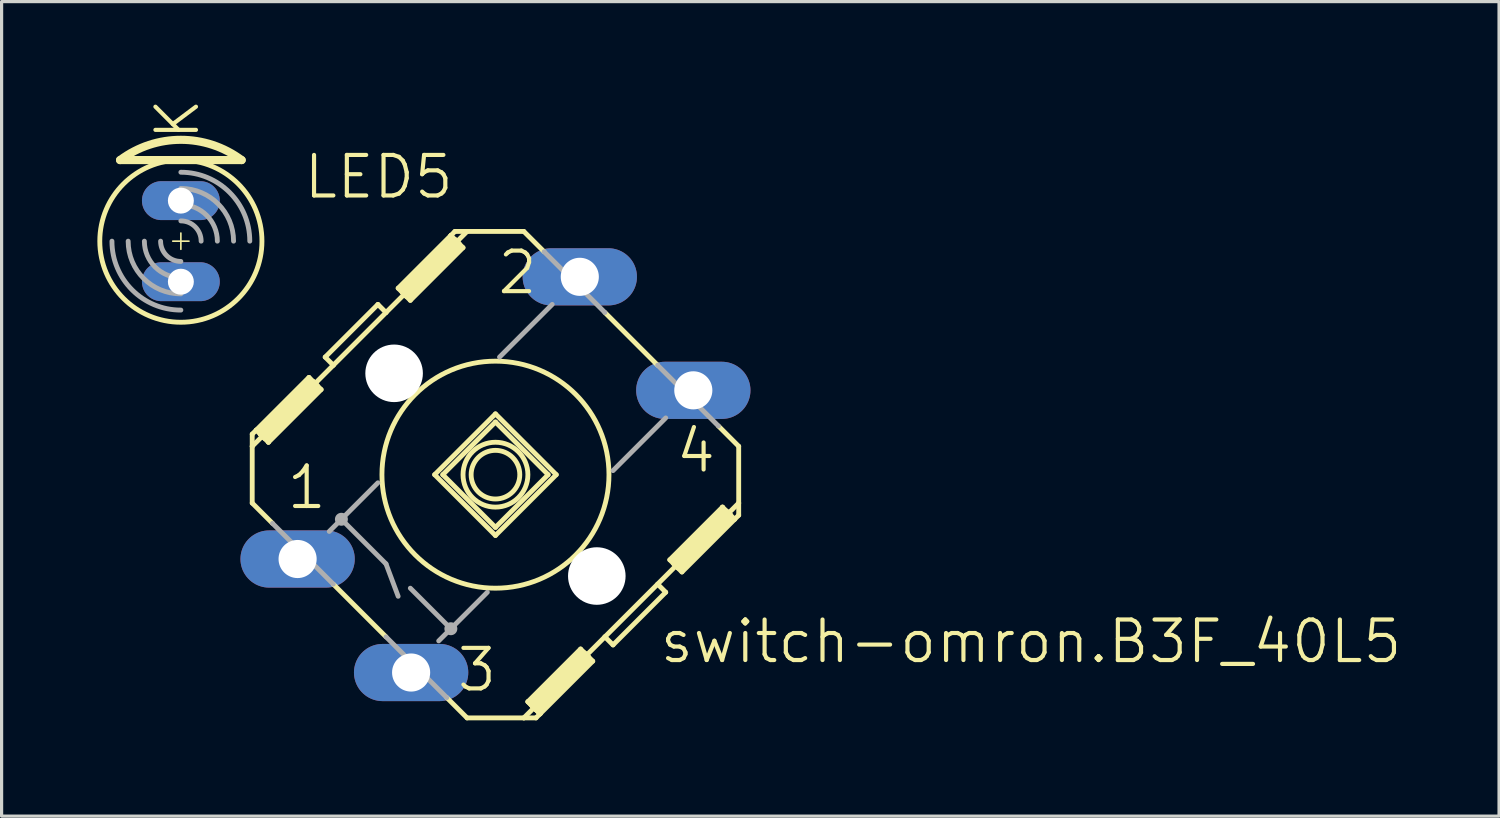
<source format=kicad_pcb>
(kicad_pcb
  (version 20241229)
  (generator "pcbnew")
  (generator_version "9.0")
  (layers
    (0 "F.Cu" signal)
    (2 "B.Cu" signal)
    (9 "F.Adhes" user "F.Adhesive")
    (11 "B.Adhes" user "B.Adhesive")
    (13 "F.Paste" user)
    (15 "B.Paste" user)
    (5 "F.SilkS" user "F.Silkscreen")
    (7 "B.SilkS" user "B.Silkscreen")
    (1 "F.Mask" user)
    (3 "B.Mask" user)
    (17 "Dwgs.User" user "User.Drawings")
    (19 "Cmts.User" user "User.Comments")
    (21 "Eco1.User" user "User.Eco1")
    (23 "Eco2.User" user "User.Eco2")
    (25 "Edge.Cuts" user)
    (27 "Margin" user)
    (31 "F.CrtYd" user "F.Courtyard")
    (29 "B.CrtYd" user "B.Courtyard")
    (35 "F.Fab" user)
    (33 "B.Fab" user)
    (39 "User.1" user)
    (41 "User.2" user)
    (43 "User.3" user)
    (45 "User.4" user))
  (footprint "switch-omron.B3F_40L5"
    (layer "F.Cu")
    (at 12.471 11.82)
    (property "Reference" "switch-omron.B3F_40L5" (at 5.08 5.969 0) (layer "F.SilkS") (effects (font (size 1.27 1.27) (thickness 0.13)) (justify left bottom)))
    (attr through_hole)
    (fp_line (start -10.109 -7.315) (end -9.601 -7.315) (stroke (width 0.051) (type default)) (layer "F.SilkS"))
    (fp_line (start -9.855 -7.061) (end -9.855 -7.569) (stroke (width 0.051) (type default)) (layer "F.SilkS"))
    (fp_line (start -7.95 -9.855) (end -11.76 -9.855) (stroke (width 0.254) (type default)) (layer "F.SilkS"))
    (fp_line (start -7.62 -1.27) (end -7.62 -0.889) (stroke (width 0.152) (type default)) (layer "F.SilkS"))
    (fp_line (start -7.62 -0.889) (end -7.62 0.889) (stroke (width 0.152) (type default)) (layer "F.SilkS"))
    (fp_line (start -7.62 -0.889) (end -5.08 -3.429) (stroke (width 0.152) (type default)) (layer "F.SilkS"))
    (fp_line (start -7.62 0.889) (end -6.985 1.524) (stroke (width 0.152) (type default)) (layer "F.SilkS"))
    (fp_line (start -7.493 -1.397) (end -7.62 -1.27) (stroke (width 0.152) (type default)) (layer "F.SilkS"))
    (fp_line (start -7.493 -1.397) (end -7.366 -1.27) (stroke (width 0.152) (type default)) (layer "F.SilkS"))
    (fp_line (start -7.366 -1.397) (end -5.842 -2.921) (stroke (width 0.152) (type default)) (layer "F.SilkS"))
    (fp_line (start -7.366 -1.27) (end -7.366 -1.397) (stroke (width 0.152) (type default)) (layer "F.SilkS"))
    (fp_line (start -7.366 -1.27) (end -7.239 -1.143) (stroke (width 0.152) (type default)) (layer "F.SilkS"))
    (fp_line (start -7.366 -1.27) (end -5.715 -2.921) (stroke (width 0.152) (type default)) (layer "F.SilkS"))
    (fp_line (start -7.239 -1.143) (end -7.112 -1.016) (stroke (width 0.152) (type default)) (layer "F.SilkS"))
    (fp_line (start -7.112 -1.016) (end -7.112 -1.143) (stroke (width 0.152) (type default)) (layer "F.SilkS"))
    (fp_line (start -7.112 -1.016) (end -5.461 -2.667) (stroke (width 0.152) (type default)) (layer "F.SilkS"))
    (fp_line (start -5.842 -3.048) (end -7.493 -1.397) (stroke (width 0.152) (type default)) (layer "F.SilkS"))
    (fp_line (start -5.715 -2.921) (end -5.842 -3.048) (stroke (width 0.152) (type default)) (layer "F.SilkS"))
    (fp_line (start -5.588 -2.794) (end -7.239 -1.143) (stroke (width 0.152) (type default)) (layer "F.SilkS"))
    (fp_line (start -5.588 -2.794) (end -5.715 -2.921) (stroke (width 0.152) (type default)) (layer "F.SilkS"))
    (fp_line (start -5.588 -2.667) (end -7.112 -1.143) (stroke (width 0.152) (type default)) (layer "F.SilkS"))
    (fp_line (start -5.461 -2.667) (end -5.588 -2.794) (stroke (width 0.152) (type default)) (layer "F.SilkS"))
    (fp_line (start -5.08 -3.429) (end -5.334 -3.683) (stroke (width 0.152) (type default)) (layer "F.SilkS"))
    (fp_line (start -5.08 -3.429) (end -3.429 -5.08) (stroke (width 0.152) (type default)) (layer "F.SilkS"))
    (fp_line (start -5.08 3.429) (end -3.429 5.08) (stroke (width 0.152) (type default)) (layer "F.SilkS"))
    (fp_line (start -3.683 -5.334) (end -5.334 -3.683) (stroke (width 0.152) (type default)) (layer "F.SilkS"))
    (fp_line (start -3.683 -5.334) (end -3.429 -5.08) (stroke (width 0.152) (type default)) (layer "F.SilkS"))
    (fp_line (start -3.429 -5.08) (end -0.889 -7.62) (stroke (width 0.152) (type default)) (layer "F.SilkS"))
    (fp_line (start -3.048 -5.842) (end -2.921 -5.715) (stroke (width 0.152) (type default)) (layer "F.SilkS"))
    (fp_line (start -2.921 -5.842) (end -1.397 -7.366) (stroke (width 0.152) (type default)) (layer "F.SilkS"))
    (fp_line (start -2.921 -5.715) (end -2.794 -5.588) (stroke (width 0.152) (type default)) (layer "F.SilkS"))
    (fp_line (start -2.921 -5.715) (end -1.27 -7.366) (stroke (width 0.152) (type default)) (layer "F.SilkS"))
    (fp_line (start -2.794 -5.588) (end -2.667 -5.461) (stroke (width 0.152) (type default)) (layer "F.SilkS"))
    (fp_line (start -2.667 -5.461) (end -1.016 -7.112) (stroke (width 0.152) (type default)) (layer "F.SilkS"))
    (fp_line (start -1.524 6.985) (end -0.889 7.62) (stroke (width 0.152) (type default)) (layer "F.SilkS"))
    (fp_line (start -1.397 -7.493) (end -3.048 -5.842) (stroke (width 0.152) (type default)) (layer "F.SilkS"))
    (fp_line (start -1.397 -7.493) (end -1.397 -7.366) (stroke (width 0.152) (type default)) (layer "F.SilkS"))
    (fp_line (start -1.27 -7.62) (end -1.397 -7.493) (stroke (width 0.152) (type default)) (layer "F.SilkS"))
    (fp_line (start -1.27 -7.62) (end -0.889 -7.62) (stroke (width 0.152) (type default)) (layer "F.SilkS"))
    (fp_line (start -1.27 -7.366) (end -1.397 -7.493) (stroke (width 0.152) (type default)) (layer "F.SilkS"))
    (fp_line (start -1.143 -7.239) (end -2.794 -5.588) (stroke (width 0.152) (type default)) (layer "F.SilkS"))
    (fp_line (start -1.143 -7.239) (end -1.27 -7.366) (stroke (width 0.152) (type default)) (layer "F.SilkS"))
    (fp_line (start -1.143 -7.239) (end -1.143 -7.112) (stroke (width 0.152) (type default)) (layer "F.SilkS"))
    (fp_line (start -1.143 -7.112) (end -2.667 -5.588) (stroke (width 0.152) (type default)) (layer "F.SilkS"))
    (fp_line (start -1.016 -7.112) (end -1.143 -7.239) (stroke (width 0.152) (type default)) (layer "F.SilkS"))
    (fp_line (start -0.889 -7.62) (end 0.889 -7.62) (stroke (width 0.152) (type default)) (layer "F.SilkS"))
    (fp_line (start -0.889 7.62) (end 0.889 7.62) (stroke (width 0.152) (type default)) (layer "F.SilkS"))
    (fp_line (start 0 -1.905) (end -1.905 0) (stroke (width 0.152) (type default)) (layer "F.SilkS"))
    (fp_line (start 0 -1.905) (end 1.905 0) (stroke (width 0.152) (type default)) (layer "F.SilkS"))
    (fp_line (start 0 -1.651) (end -1.651 0) (stroke (width 0.152) (type default)) (layer "F.SilkS"))
    (fp_line (start 0 -1.651) (end 1.651 0) (stroke (width 0.152) (type default)) (layer "F.SilkS"))
    (fp_line (start 0 1.651) (end -1.651 0) (stroke (width 0.152) (type default)) (layer "F.SilkS"))
    (fp_line (start 0 1.651) (end 1.651 0) (stroke (width 0.152) (type default)) (layer "F.SilkS"))
    (fp_line (start 0 1.905) (end -1.905 0) (stroke (width 0.152) (type default)) (layer "F.SilkS"))
    (fp_line (start 0 1.905) (end 1.905 0) (stroke (width 0.152) (type default)) (layer "F.SilkS"))
    (fp_line (start 0.889 -7.62) (end 1.524 -6.985) (stroke (width 0.152) (type default)) (layer "F.SilkS"))
    (fp_line (start 0.889 7.62) (end 3.429 5.08) (stroke (width 0.152) (type default)) (layer "F.SilkS"))
    (fp_line (start 1.016 7.112) (end 1.143 7.239) (stroke (width 0.152) (type default)) (layer "F.SilkS"))
    (fp_line (start 1.143 7.112) (end 2.667 5.588) (stroke (width 0.152) (type default)) (layer "F.SilkS"))
    (fp_line (start 1.143 7.239) (end 1.143 7.112) (stroke (width 0.152) (type default)) (layer "F.SilkS"))
    (fp_line (start 1.143 7.239) (end 1.27 7.366) (stroke (width 0.152) (type default)) (layer "F.SilkS"))
    (fp_line (start 1.143 7.239) (end 2.794 5.588) (stroke (width 0.152) (type default)) (layer "F.SilkS"))
    (fp_line (start 1.27 7.366) (end 1.397 7.493) (stroke (width 0.152) (type default)) (layer "F.SilkS"))
    (fp_line (start 1.27 7.62) (end 0.889 7.62) (stroke (width 0.152) (type default)) (layer "F.SilkS"))
    (fp_line (start 1.27 7.62) (end 1.397 7.493) (stroke (width 0.152) (type default)) (layer "F.SilkS"))
    (fp_line (start 1.397 7.493) (end 1.016 7.112) (stroke (width 0.152) (type default)) (layer "F.SilkS"))
    (fp_line (start 1.397 7.493) (end 1.397 7.366) (stroke (width 0.152) (type default)) (layer "F.SilkS"))
    (fp_line (start 1.397 7.493) (end 3.048 5.842) (stroke (width 0.152) (type default)) (layer "F.SilkS"))
    (fp_line (start 2.667 5.461) (end 1.016 7.112) (stroke (width 0.152) (type default)) (layer "F.SilkS"))
    (fp_line (start 2.794 5.588) (end 2.667 5.461) (stroke (width 0.152) (type default)) (layer "F.SilkS"))
    (fp_line (start 2.921 5.715) (end 1.27 7.366) (stroke (width 0.152) (type default)) (layer "F.SilkS"))
    (fp_line (start 2.921 5.715) (end 2.794 5.588) (stroke (width 0.152) (type default)) (layer "F.SilkS"))
    (fp_line (start 2.921 5.842) (end 1.397 7.366) (stroke (width 0.152) (type default)) (layer "F.SilkS"))
    (fp_line (start 3.048 5.842) (end 2.921 5.715) (stroke (width 0.152) (type default)) (layer "F.SilkS"))
    (fp_line (start 3.429 -5.08) (end 5.08 -3.429) (stroke (width 0.152) (type default)) (layer "F.SilkS"))
    (fp_line (start 3.429 5.08) (end 7.62 0.889) (stroke (width 0.152) (type default)) (layer "F.SilkS"))
    (fp_line (start 3.683 5.334) (end 3.429 5.08) (stroke (width 0.152) (type default)) (layer "F.SilkS"))
    (fp_line (start 5.08 3.429) (end 5.334 3.683) (stroke (width 0.152) (type default)) (layer "F.SilkS"))
    (fp_line (start 5.334 3.683) (end 3.683 5.334) (stroke (width 0.152) (type default)) (layer "F.SilkS"))
    (fp_line (start 5.461 2.667) (end 5.588 2.794) (stroke (width 0.152) (type default)) (layer "F.SilkS"))
    (fp_line (start 5.588 2.667) (end 7.112 1.143) (stroke (width 0.152) (type default)) (layer "F.SilkS"))
    (fp_line (start 5.588 2.794) (end 5.715 2.921) (stroke (width 0.152) (type default)) (layer "F.SilkS"))
    (fp_line (start 5.588 2.794) (end 7.239 1.143) (stroke (width 0.152) (type default)) (layer "F.SilkS"))
    (fp_line (start 5.715 2.921) (end 5.842 3.048) (stroke (width 0.152) (type default)) (layer "F.SilkS"))
    (fp_line (start 5.842 3.048) (end 7.493 1.397) (stroke (width 0.152) (type default)) (layer "F.SilkS"))
    (fp_line (start 6.985 -1.524) (end 7.62 -0.889) (stroke (width 0.152) (type default)) (layer "F.SilkS"))
    (fp_line (start 7.112 1.016) (end 5.461 2.667) (stroke (width 0.152) (type default)) (layer "F.SilkS"))
    (fp_line (start 7.112 1.016) (end 7.112 1.143) (stroke (width 0.152) (type default)) (layer "F.SilkS"))
    (fp_line (start 7.239 1.143) (end 7.112 1.016) (stroke (width 0.152) (type default)) (layer "F.SilkS"))
    (fp_line (start 7.366 1.27) (end 5.715 2.921) (stroke (width 0.152) (type default)) (layer "F.SilkS"))
    (fp_line (start 7.366 1.27) (end 7.239 1.143) (stroke (width 0.152) (type default)) (layer "F.SilkS"))
    (fp_line (start 7.366 1.27) (end 7.366 1.397) (stroke (width 0.152) (type default)) (layer "F.SilkS"))
    (fp_line (start 7.366 1.397) (end 5.842 2.921) (stroke (width 0.152) (type default)) (layer "F.SilkS"))
    (fp_line (start 7.493 1.397) (end 7.366 1.27) (stroke (width 0.152) (type default)) (layer "F.SilkS"))
    (fp_line (start 7.493 1.397) (end 7.62 1.27) (stroke (width 0.152) (type default)) (layer "F.SilkS"))
    (fp_line (start 7.62 -0.889) (end 7.62 0.889) (stroke (width 0.152) (type default)) (layer "F.SilkS"))
    (fp_line (start 7.62 1.27) (end 7.62 0.889) (stroke (width 0.152) (type default)) (layer "F.SilkS"))
    (fp_arc (start -11.7602 -9.8552) (mid -9.8552 -10.4902) (end -7.9502 -9.8552) (stroke (width 0.254) (type default)) (layer "F.SilkS"))
    (fp_circle (center -9.855 -7.315) (end -7.315 -7.315) (stroke (width 0.152) (type default)) (fill no) (layer "F.SilkS"))
    (fp_circle (center 0 0) (end 0.762 0) (stroke (width 0.152) (type default)) (fill no) (layer "F.SilkS"))
    (fp_circle (center 0 0) (end 1.016 0) (stroke (width 0.152) (type default)) (fill no) (layer "F.SilkS"))
    (fp_circle (center 0 0) (end 3.556 0) (stroke (width 0.152) (type default)) (fill no) (layer "F.SilkS"))
    (fp_line (start -6.604 2.413) (end -5.969 3.048) (stroke (width 0.152) (type default)) (layer "F.Fab"))
    (fp_line (start -6.477 2.286) (end -6.604 2.413) (stroke (width 0.152) (type default)) (layer "F.Fab"))
    (fp_line (start -6.477 2.286) (end -6.477 2.413) (stroke (width 0.152) (type default)) (layer "F.Fab"))
    (fp_line (start -6.477 2.286) (end -5.842 2.921) (stroke (width 0.152) (type default)) (layer "F.Fab"))
    (fp_line (start -6.477 2.413) (end -5.969 2.921) (stroke (width 0.152) (type default)) (layer "F.Fab"))
    (fp_line (start -6.35 2.159) (end -6.985 1.524) (stroke (width 0.152) (type default)) (layer "F.Fab"))
    (fp_line (start -6.35 2.159) (end -6.477 2.286) (stroke (width 0.152) (type default)) (layer "F.Fab"))
    (fp_line (start -6.35 2.286) (end -5.842 2.794) (stroke (width 0.152) (type default)) (layer "F.Fab"))
    (fp_line (start -5.969 3.048) (end -5.842 2.921) (stroke (width 0.152) (type default)) (layer "F.Fab"))
    (fp_line (start -5.842 2.921) (end -5.715 2.794) (stroke (width 0.152) (type default)) (layer "F.Fab"))
    (fp_line (start -5.715 2.794) (end -6.35 2.159) (stroke (width 0.152) (type default)) (layer "F.Fab"))
    (fp_line (start -5.715 2.794) (end -5.842 2.794) (stroke (width 0.152) (type default)) (layer "F.Fab"))
    (fp_line (start -5.207 1.778) (end -4.826 1.397) (stroke (width 0.152) (type default)) (layer "F.Fab"))
    (fp_line (start -5.08 3.429) (end -5.715 2.794) (stroke (width 0.152) (type default)) (layer "F.Fab"))
    (fp_line (start -4.826 1.397) (end -3.683 0.254) (stroke (width 0.152) (type default)) (layer "F.Fab"))
    (fp_line (start -4.826 1.397) (end -3.429 2.794) (stroke (width 0.152) (type default)) (layer "F.Fab"))
    (fp_line (start -3.429 2.794) (end -3.048 3.81) (stroke (width 0.152) (type default)) (layer "F.Fab"))
    (fp_line (start -3.048 5.969) (end -2.413 6.604) (stroke (width 0.152) (type default)) (layer "F.Fab"))
    (fp_line (start -2.921 5.842) (end -3.048 5.969) (stroke (width 0.152) (type default)) (layer "F.Fab"))
    (fp_line (start -2.921 5.842) (end -2.921 5.969) (stroke (width 0.152) (type default)) (layer "F.Fab"))
    (fp_line (start -2.921 5.842) (end -2.286 6.477) (stroke (width 0.152) (type default)) (layer "F.Fab"))
    (fp_line (start -2.921 5.969) (end -2.413 6.477) (stroke (width 0.152) (type default)) (layer "F.Fab"))
    (fp_line (start -2.794 5.715) (end -3.429 5.08) (stroke (width 0.152) (type default)) (layer "F.Fab"))
    (fp_line (start -2.794 5.715) (end -2.921 5.842) (stroke (width 0.152) (type default)) (layer "F.Fab"))
    (fp_line (start -2.794 5.842) (end -2.286 6.35) (stroke (width 0.152) (type default)) (layer "F.Fab"))
    (fp_line (start -2.667 3.556) (end -1.397 4.826) (stroke (width 0.152) (type default)) (layer "F.Fab"))
    (fp_line (start -2.413 6.604) (end -2.286 6.477) (stroke (width 0.152) (type default)) (layer "F.Fab"))
    (fp_line (start -2.286 6.477) (end -2.159 6.35) (stroke (width 0.152) (type default)) (layer "F.Fab"))
    (fp_line (start -2.159 6.35) (end -2.794 5.715) (stroke (width 0.152) (type default)) (layer "F.Fab"))
    (fp_line (start -2.159 6.35) (end -2.286 6.35) (stroke (width 0.152) (type default)) (layer "F.Fab"))
    (fp_line (start -1.524 6.985) (end -2.159 6.35) (stroke (width 0.152) (type default)) (layer "F.Fab"))
    (fp_line (start -1.397 4.826) (end -1.778 5.207) (stroke (width 0.152) (type default)) (layer "F.Fab"))
    (fp_line (start -0.254 3.683) (end -1.397 4.826) (stroke (width 0.152) (type default)) (layer "F.Fab"))
    (fp_line (start 0.127 -3.683) (end 1.778 -5.334) (stroke (width 0.152) (type default)) (layer "F.Fab"))
    (fp_line (start 2.159 -6.35) (end 1.524 -6.985) (stroke (width 0.152) (type default)) (layer "F.Fab"))
    (fp_line (start 2.159 -6.35) (end 2.286 -6.35) (stroke (width 0.152) (type default)) (layer "F.Fab"))
    (fp_line (start 2.286 -6.477) (end 2.159 -6.35) (stroke (width 0.152) (type default)) (layer "F.Fab"))
    (fp_line (start 2.413 -6.604) (end 2.286 -6.477) (stroke (width 0.152) (type default)) (layer "F.Fab"))
    (fp_line (start 2.794 -5.842) (end 2.286 -6.35) (stroke (width 0.152) (type default)) (layer "F.Fab"))
    (fp_line (start 2.794 -5.715) (end 2.159 -6.35) (stroke (width 0.152) (type default)) (layer "F.Fab"))
    (fp_line (start 2.794 -5.715) (end 2.921 -5.842) (stroke (width 0.152) (type default)) (layer "F.Fab"))
    (fp_line (start 2.794 -5.715) (end 3.429 -5.08) (stroke (width 0.152) (type default)) (layer "F.Fab"))
    (fp_line (start 2.921 -5.969) (end 2.413 -6.477) (stroke (width 0.152) (type default)) (layer "F.Fab"))
    (fp_line (start 2.921 -5.842) (end 2.286 -6.477) (stroke (width 0.152) (type default)) (layer "F.Fab"))
    (fp_line (start 2.921 -5.842) (end 2.921 -5.969) (stroke (width 0.152) (type default)) (layer "F.Fab"))
    (fp_line (start 2.921 -5.842) (end 3.048 -5.969) (stroke (width 0.152) (type default)) (layer "F.Fab"))
    (fp_line (start 3.048 -5.969) (end 2.413 -6.604) (stroke (width 0.152) (type default)) (layer "F.Fab"))
    (fp_line (start 5.334 -1.778) (end 3.683 -0.127) (stroke (width 0.152) (type default)) (layer "F.Fab"))
    (fp_line (start 5.715 -2.794) (end 5.842 -2.794) (stroke (width 0.152) (type default)) (layer "F.Fab"))
    (fp_line (start 5.715 -2.794) (end 6.35 -2.159) (stroke (width 0.152) (type default)) (layer "F.Fab"))
    (fp_line (start 5.842 -2.921) (end 5.715 -2.794) (stroke (width 0.152) (type default)) (layer "F.Fab"))
    (fp_line (start 5.969 -3.048) (end 5.842 -2.921) (stroke (width 0.152) (type default)) (layer "F.Fab"))
    (fp_line (start 6.35 -2.286) (end 5.842 -2.794) (stroke (width 0.152) (type default)) (layer "F.Fab"))
    (fp_line (start 6.35 -2.159) (end 5.08 -3.429) (stroke (width 0.152) (type default)) (layer "F.Fab"))
    (fp_line (start 6.35 -2.159) (end 6.477 -2.286) (stroke (width 0.152) (type default)) (layer "F.Fab"))
    (fp_line (start 6.35 -2.159) (end 6.985 -1.524) (stroke (width 0.152) (type default)) (layer "F.Fab"))
    (fp_line (start 6.477 -2.413) (end 5.969 -2.921) (stroke (width 0.152) (type default)) (layer "F.Fab"))
    (fp_line (start 6.477 -2.286) (end 5.842 -2.921) (stroke (width 0.152) (type default)) (layer "F.Fab"))
    (fp_line (start 6.477 -2.286) (end 6.477 -2.413) (stroke (width 0.152) (type default)) (layer "F.Fab"))
    (fp_line (start 6.477 -2.286) (end 6.604 -2.413) (stroke (width 0.152) (type default)) (layer "F.Fab"))
    (fp_line (start 6.604 -2.413) (end 5.969 -3.048) (stroke (width 0.152) (type default)) (layer "F.Fab"))
    (fp_arc (start -9.8552 -9.4742) (mid -8.328556 -8.841844) (end -7.6962 -7.3152) (stroke (width 0.1524) (type default)) (layer "F.Fab"))
    (fp_arc (start -9.8552 -8.9662) (mid -8.687767 -8.482633) (end -8.2042 -7.3152) (stroke (width 0.1524) (type default)) (layer "F.Fab"))
    (fp_arc (start -9.8552 -8.4582) (mid -9.046977 -8.123423) (end -8.7122 -7.3152) (stroke (width 0.1524) (type default)) (layer "F.Fab"))
    (fp_arc (start -9.8552 -7.9502) (mid -9.406187 -7.764213) (end -9.2202 -7.3152) (stroke (width 0.1524) (type default)) (layer "F.Fab"))
    (fp_arc (start -9.8552 -6.6802) (mid -10.304213 -6.866187) (end -10.4902 -7.3152) (stroke (width 0.1524) (type default)) (layer "F.Fab"))
    (fp_arc (start -9.8552 -6.1722) (mid -10.663423 -6.506977) (end -10.9982 -7.3152) (stroke (width 0.1524) (type default)) (layer "F.Fab"))
    (fp_arc (start -9.8552 -5.6642) (mid -11.022633 -6.147767) (end -11.5062 -7.3152) (stroke (width 0.1524) (type default)) (layer "F.Fab"))
    (fp_arc (start -9.8552 -5.1562) (mid -11.381844 -5.788556) (end -12.0142 -7.3152) (stroke (width 0.1524) (type default)) (layer "F.Fab"))
    (fp_circle (center -4.826 1.397) (end -4.699 1.397) (stroke (width 0.152) (type default)) (fill no) (layer "F.Fab"))
    (fp_circle (center -1.397 4.826) (end -1.27 4.826) (stroke (width 0.152) (type default)) (fill no) (layer "F.Fab"))
    (fp_text user "2" (at 0 -5.588 0) (layer "F.SilkS") (effects (font (size 1.27 1.27) (thickness 0.13)) (justify left bottom)))
    (fp_text user "K" (at -9.22 -10.414 90) (layer "F.SilkS") (effects (font (size 1.27 1.27) (thickness 0.13)) (justify left bottom)))
    (fp_text user "3" (at -1.27 6.858 0) (layer "F.SilkS") (effects (font (size 1.27 1.27) (thickness 0.13)) (justify left bottom)))
    (fp_text user "LED5" (at -6.071 -8.585 0) (layer "F.SilkS") (effects (font (size 1.27 1.27) (thickness 0.13)) (justify left bottom)))
    (fp_text user "4" (at 5.588 0 0) (layer "F.SilkS") (effects (font (size 1.27 1.27) (thickness 0.13)) (justify left bottom)))
    (fp_text user "1" (at -6.604 1.143 0) (layer "F.SilkS") (effects (font (size 1.27 1.27) (thickness 0.13)) (justify left bottom)))
    (pad "" np_thru_hole circle (at -3.175 -3.175) (size 1.803 1.803) (drill 1.803) (layers "*.Cu" "*.Mask"))
    (pad "" np_thru_hole circle (at 3.175 3.175) (size 1.803 1.803) (drill 1.803) (layers "*.Cu" "*.Mask"))
    (pad "1" thru_hole oval (at -6.198 2.642) (size 3.581 1.791) (drill 1.194) (layers "*.Cu" "*.Mask"))
    (pad "2" thru_hole oval (at 2.642 -6.198) (size 3.581 1.791) (drill 1.194) (layers "*.Cu" "*.Mask"))
    (pad "3" thru_hole oval (at -2.642 6.198) (size 3.581 1.791) (drill 1.194) (layers "*.Cu" "*.Mask"))
    (pad "4" thru_hole oval (at 6.198 -2.642) (size 3.581 1.791) (drill 1.194) (layers "*.Cu" "*.Mask"))
    (pad "A" thru_hole oval (at -9.855 -6.045) (size 2.438 1.219) (drill 0.813) (layers "*.Cu" "*.Mask"))
    (pad "K" thru_hole oval (at -9.855 -8.585) (size 2.438 1.219) (drill 0.813) (layers "*.Cu" "*.Mask")))
  (gr_rect
    (start -3 -3)
    (end 43.91 22.516)
    (stroke (width 0.1) (type default))
    (fill no)
    (layer "Edge.Cuts")))
</source>
